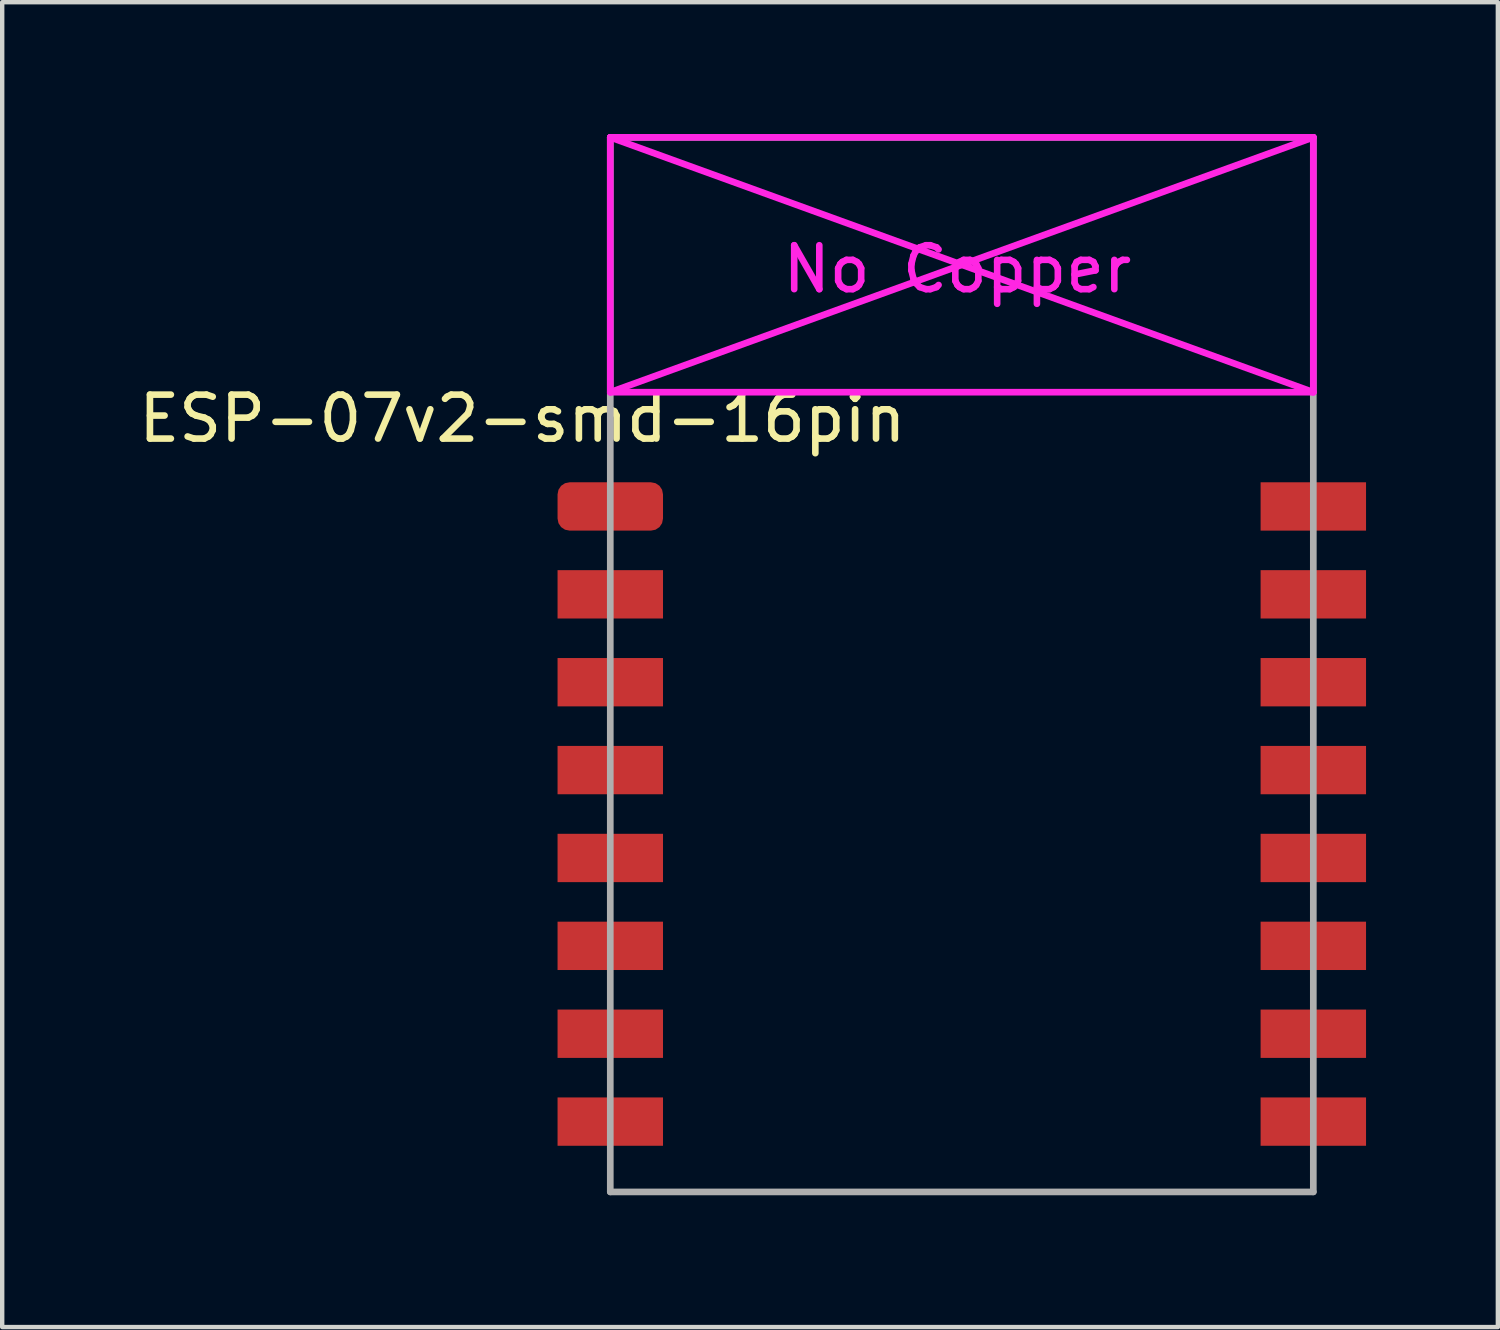
<source format=kicad_pcb>
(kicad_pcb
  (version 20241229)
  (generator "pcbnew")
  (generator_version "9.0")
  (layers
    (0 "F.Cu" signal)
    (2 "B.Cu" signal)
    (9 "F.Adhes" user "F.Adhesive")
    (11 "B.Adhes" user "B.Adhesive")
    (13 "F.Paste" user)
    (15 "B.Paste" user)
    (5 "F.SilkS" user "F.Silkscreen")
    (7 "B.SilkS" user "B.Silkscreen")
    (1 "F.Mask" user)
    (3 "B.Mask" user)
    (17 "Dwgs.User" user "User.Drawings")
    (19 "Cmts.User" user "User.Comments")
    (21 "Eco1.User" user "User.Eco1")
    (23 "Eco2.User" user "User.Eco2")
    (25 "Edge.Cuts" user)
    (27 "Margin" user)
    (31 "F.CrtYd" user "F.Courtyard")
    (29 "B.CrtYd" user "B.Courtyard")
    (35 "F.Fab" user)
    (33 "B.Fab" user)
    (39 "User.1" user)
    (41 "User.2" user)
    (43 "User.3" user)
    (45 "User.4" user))
  (footprint "ESP-07v2-smd-16pin"
    (layer "F.Cu")
    (at 10.839 8.476)
    (property "Reference" "ESP-07v2-smd-16pin" (at -2 -2 0) (layer "F.SilkS") (effects (font (size 1 1) (thickness 0.15))))
    (attr through_hole)
    (fp_line (start 0 -8.4) (end 0 -2.6) (stroke (width 0.152) (type solid)) (layer "F.CrtYd"))
    (fp_line (start 0 -8.4) (end 16 -2.6) (stroke (width 0.152) (type solid)) (layer "F.CrtYd"))
    (fp_line (start 0 -2.6) (end 16 -2.6) (stroke (width 0.152) (type solid)) (layer "F.CrtYd"))
    (fp_line (start 16 -8.4) (end 0 -8.4) (stroke (width 0.152) (type solid)) (layer "F.CrtYd"))
    (fp_line (start 16 -8.4) (end 0 -2.6) (stroke (width 0.152) (type solid)) (layer "F.CrtYd"))
    (fp_line (start 16 -2.6) (end 16 -8.4) (stroke (width 0.152) (type solid)) (layer "F.CrtYd"))
    (fp_line (start 0 -8.4) (end 16 -8.4) (stroke (width 0.152) (type solid)) (layer "F.Fab"))
    (fp_line (start 0 15.6) (end 0 -8.4) (stroke (width 0.152) (type solid)) (layer "F.Fab"))
    (fp_line (start 16 -8.4) (end 16 15.6) (stroke (width 0.152) (type solid)) (layer "F.Fab"))
    (fp_line (start 16 15.6) (end 0 15.6) (stroke (width 0.152) (type solid)) (layer "F.Fab"))
    (fp_text user "No Copper" (at 7.9 -5.4 0) (layer "F.CrtYd") (effects (font (size 1 1) (thickness 0.15))))
    (pad "1" smd roundrect (at 0 0) (size 2.4 1.1) (layers "F.Cu" "F.Mask" "F.Paste") (roundrect_rratio 0.25))
    (pad "2" smd rect (at 0 2) (size 2.4 1.1) (layers "F.Cu" "F.Mask" "F.Paste"))
    (pad "3" smd rect (at 0 4) (size 2.4 1.1) (layers "F.Cu" "F.Mask" "F.Paste"))
    (pad "4" smd rect (at 0 6) (size 2.4 1.1) (layers "F.Cu" "F.Mask" "F.Paste"))
    (pad "5" smd rect (at 0 8) (size 2.4 1.1) (layers "F.Cu" "F.Mask" "F.Paste"))
    (pad "6" smd rect (at 0 10) (size 2.4 1.1) (layers "F.Cu" "F.Mask" "F.Paste"))
    (pad "7" smd rect (at 0 12) (size 2.4 1.1) (layers "F.Cu" "F.Mask" "F.Paste"))
    (pad "8" smd rect (at 0 14) (size 2.4 1.1) (layers "F.Cu" "F.Mask" "F.Paste"))
    (pad "9" smd rect (at 16 14) (size 2.4 1.1) (layers "F.Cu" "F.Mask" "F.Paste"))
    (pad "10" smd rect (at 16 12) (size 2.4 1.1) (layers "F.Cu" "F.Mask" "F.Paste"))
    (pad "11" smd rect (at 16 10) (size 2.4 1.1) (layers "F.Cu" "F.Mask" "F.Paste"))
    (pad "12" smd rect (at 16 8) (size 2.4 1.1) (layers "F.Cu" "F.Mask" "F.Paste"))
    (pad "13" smd rect (at 16 6) (size 2.4 1.1) (layers "F.Cu" "F.Mask" "F.Paste"))
    (pad "14" smd rect (at 16 4) (size 2.4 1.1) (layers "F.Cu" "F.Mask" "F.Paste"))
    (pad "15" smd rect (at 16 2) (size 2.4 1.1) (layers "F.Cu" "F.Mask" "F.Paste"))
    (pad "16" smd rect (at 16 0) (size 2.4 1.1) (layers "F.Cu" "F.Mask" "F.Paste")))
  (gr_rect
    (start -3 -3)
    (end 31.039 27.152)
    (stroke (width 0.1) (type default))
    (fill no)
    (layer "Edge.Cuts")))
</source>
